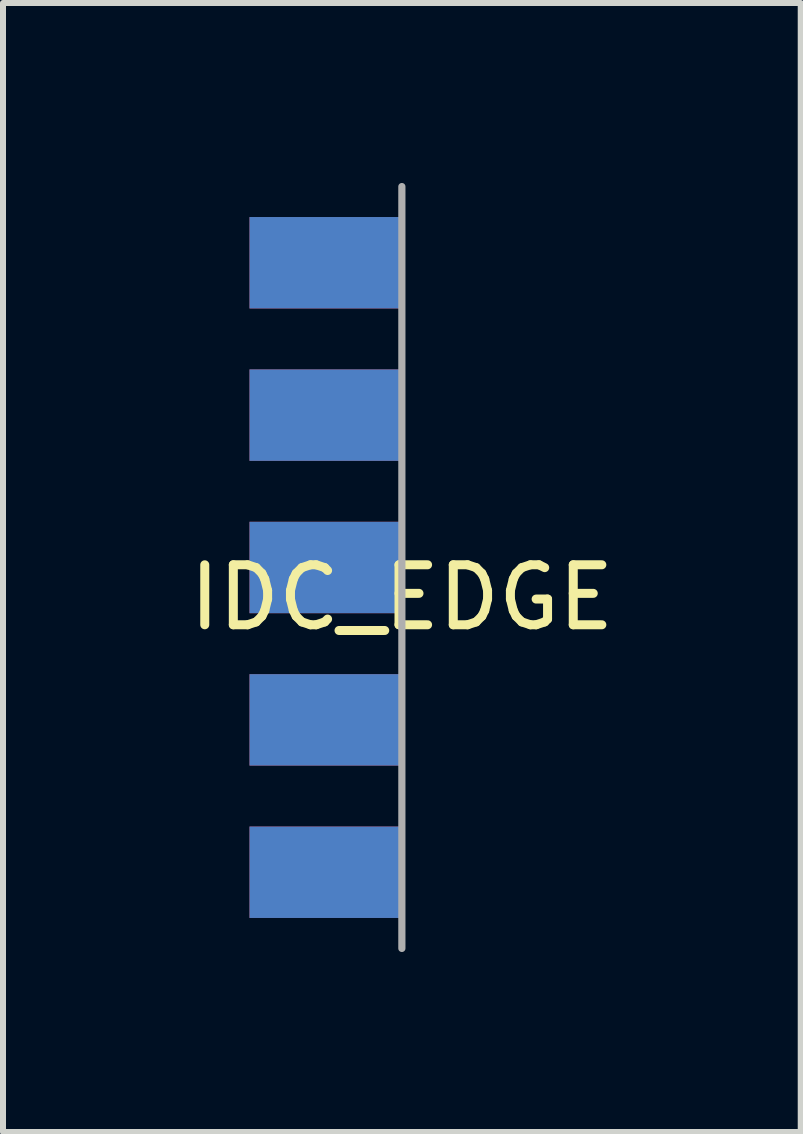
<source format=kicad_pcb>
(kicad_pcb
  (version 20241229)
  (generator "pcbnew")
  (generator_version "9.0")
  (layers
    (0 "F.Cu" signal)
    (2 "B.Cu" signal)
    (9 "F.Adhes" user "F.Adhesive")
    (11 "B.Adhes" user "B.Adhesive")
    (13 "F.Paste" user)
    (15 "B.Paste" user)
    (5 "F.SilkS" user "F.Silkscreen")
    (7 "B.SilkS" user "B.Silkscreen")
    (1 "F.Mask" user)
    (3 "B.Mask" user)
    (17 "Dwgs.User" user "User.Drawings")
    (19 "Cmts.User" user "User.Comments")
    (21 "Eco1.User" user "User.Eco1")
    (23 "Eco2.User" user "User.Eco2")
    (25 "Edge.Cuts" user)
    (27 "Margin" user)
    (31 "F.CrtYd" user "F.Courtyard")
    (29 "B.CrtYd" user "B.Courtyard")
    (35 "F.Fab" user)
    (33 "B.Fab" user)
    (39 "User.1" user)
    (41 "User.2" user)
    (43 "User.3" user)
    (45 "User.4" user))
  (footprint "IDC_EDGE"
    (layer "F.Cu")
    (at 3.649 6.41)
    (property "Reference" "IDC_EDGE" (at 0 0.5 0) (layer "F.SilkS") (effects (font (size 1 1) (thickness 0.15))))
    (attr through_hole)
    (fp_line (start 0 -6.35) (end 0 6.35) (stroke (width 0.12) (type solid)) (layer "F.Fab"))
    (pad "1" smd rect (at -1.27 -5.08) (size 2.54 1.524) (layers "F.Cu" "F.Mask" "F.Paste"))
    (pad "2" smd rect (at -1.27 -5.08) (size 2.54 1.524) (layers "B.Cu" "B.Mask" "B.Paste"))
    (pad "3" smd rect (at -1.27 -2.54) (size 2.54 1.524) (layers "F.Cu" "F.Mask" "F.Paste"))
    (pad "4" smd rect (at -1.27 -2.54) (size 2.54 1.524) (layers "B.Cu" "B.Mask" "B.Paste"))
    (pad "5" smd rect (at -1.27 0) (size 2.54 1.524) (layers "F.Cu" "F.Mask" "F.Paste"))
    (pad "6" smd rect (at -1.27 0) (size 2.54 1.524) (layers "B.Cu" "B.Mask" "B.Paste"))
    (pad "7" smd rect (at -1.27 2.54) (size 2.54 1.524) (layers "F.Cu" "F.Mask" "F.Paste"))
    (pad "8" smd rect (at -1.27 2.54) (size 2.54 1.524) (layers "B.Cu" "B.Mask" "B.Paste"))
    (pad "9" smd rect (at -1.27 5.08) (size 2.54 1.524) (layers "F.Cu" "F.Mask" "F.Paste"))
    (pad "10" smd rect (at -1.27 5.08) (size 2.54 1.524) (layers "B.Cu" "B.Mask" "B.Paste")))
  (gr_rect
    (start -3 -3)
    (end 10.298 15.82)
    (stroke (width 0.1) (type default))
    (fill no)
    (layer "Edge.Cuts")))
</source>
